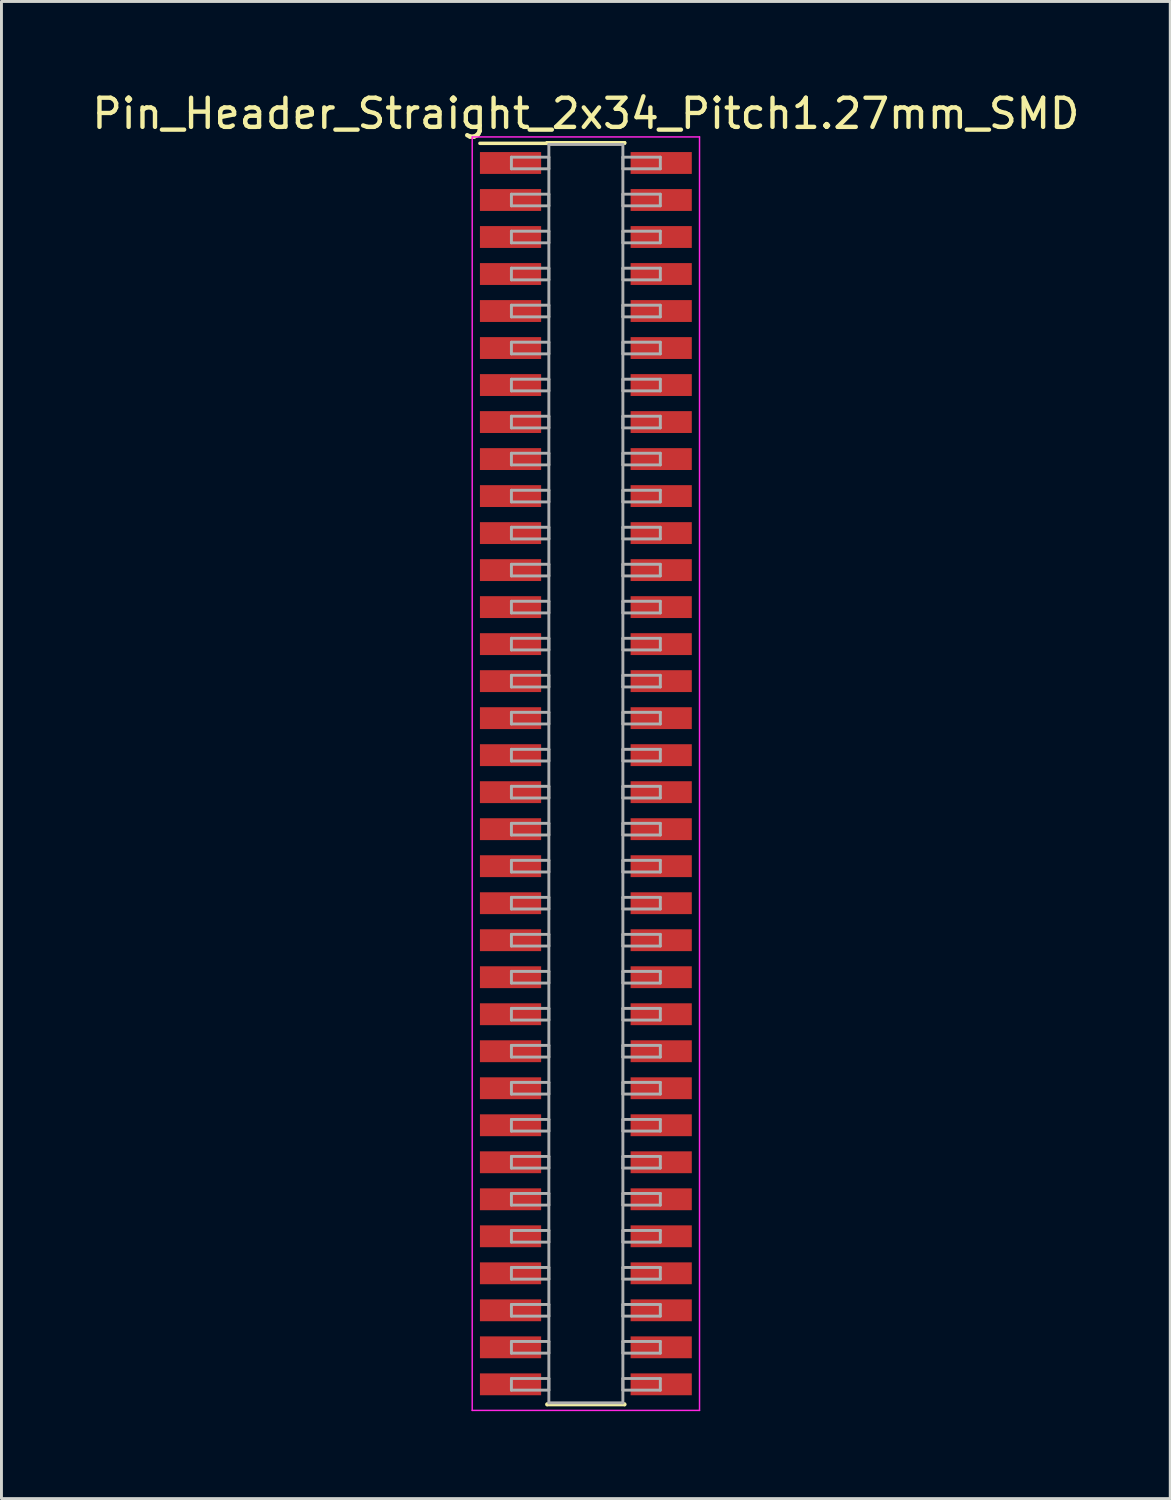
<source format=kicad_pcb>
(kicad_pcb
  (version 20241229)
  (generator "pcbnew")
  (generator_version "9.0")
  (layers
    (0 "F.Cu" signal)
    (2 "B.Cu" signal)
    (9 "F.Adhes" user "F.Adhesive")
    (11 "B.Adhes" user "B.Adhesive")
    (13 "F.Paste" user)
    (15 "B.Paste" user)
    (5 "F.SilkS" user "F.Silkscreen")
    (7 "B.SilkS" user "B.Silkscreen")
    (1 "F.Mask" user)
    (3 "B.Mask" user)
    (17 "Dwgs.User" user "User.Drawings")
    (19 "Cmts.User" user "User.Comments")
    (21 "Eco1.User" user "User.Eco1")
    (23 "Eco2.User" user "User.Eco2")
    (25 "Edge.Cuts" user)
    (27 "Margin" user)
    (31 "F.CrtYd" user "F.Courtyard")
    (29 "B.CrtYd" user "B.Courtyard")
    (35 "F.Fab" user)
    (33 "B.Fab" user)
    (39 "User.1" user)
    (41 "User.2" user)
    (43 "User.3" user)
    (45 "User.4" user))
  (footprint "Pin_Header_Straight_2x34_Pitch1.27mm_SMD"
    (layer "F.Cu")
    (at 17.054 23.498)
    (property "Reference" "Pin_Header_Straight_2x34_Pitch1.27mm_SMD" (at 0 -22.65 0) (layer "F.SilkS") (effects (font (size 1 1) (thickness 0.15))))
    (attr smd)
    (fp_line (start -3.635 -21.63) (end -1.33 -21.63) (stroke (width 0.12) (type solid)) (layer "F.SilkS"))
    (fp_line (start -1.33 -21.65) (end 1.33 -21.65) (stroke (width 0.12) (type solid)) (layer "F.SilkS"))
    (fp_line (start -1.33 -21.63) (end -1.33 -21.65) (stroke (width 0.12) (type solid)) (layer "F.SilkS"))
    (fp_line (start -1.33 21.63) (end -1.33 21.65) (stroke (width 0.12) (type solid)) (layer "F.SilkS"))
    (fp_line (start -1.33 21.65) (end 1.33 21.65) (stroke (width 0.12) (type solid)) (layer "F.SilkS"))
    (fp_line (start 1.33 -21.65) (end 1.33 -21.63) (stroke (width 0.12) (type solid)) (layer "F.SilkS"))
    (fp_line (start 1.33 21.65) (end 1.33 21.63) (stroke (width 0.12) (type solid)) (layer "F.SilkS"))
    (fp_line (start -3.9 -21.85) (end -3.9 21.85) (stroke (width 0.05) (type solid)) (layer "F.CrtYd"))
    (fp_line (start -3.9 21.85) (end 3.9 21.85) (stroke (width 0.05) (type solid)) (layer "F.CrtYd"))
    (fp_line (start 3.9 -21.85) (end -3.9 -21.85) (stroke (width 0.05) (type solid)) (layer "F.CrtYd"))
    (fp_line (start 3.9 21.85) (end 3.9 -21.85) (stroke (width 0.05) (type solid)) (layer "F.CrtYd"))
    (fp_line (start -2.555 -21.155) (end -1.27 -21.155) (stroke (width 0.1) (type solid)) (layer "F.Fab"))
    (fp_line (start -2.555 -20.755) (end -2.555 -21.155) (stroke (width 0.1) (type solid)) (layer "F.Fab"))
    (fp_line (start -2.555 -19.885) (end -1.27 -19.885) (stroke (width 0.1) (type solid)) (layer "F.Fab"))
    (fp_line (start -2.555 -19.485) (end -2.555 -19.885) (stroke (width 0.1) (type solid)) (layer "F.Fab"))
    (fp_line (start -2.555 -18.615) (end -1.27 -18.615) (stroke (width 0.1) (type solid)) (layer "F.Fab"))
    (fp_line (start -2.555 -18.215) (end -2.555 -18.615) (stroke (width 0.1) (type solid)) (layer "F.Fab"))
    (fp_line (start -2.555 -17.345) (end -1.27 -17.345) (stroke (width 0.1) (type solid)) (layer "F.Fab"))
    (fp_line (start -2.555 -16.945) (end -2.555 -17.345) (stroke (width 0.1) (type solid)) (layer "F.Fab"))
    (fp_line (start -2.555 -16.075) (end -1.27 -16.075) (stroke (width 0.1) (type solid)) (layer "F.Fab"))
    (fp_line (start -2.555 -15.675) (end -2.555 -16.075) (stroke (width 0.1) (type solid)) (layer "F.Fab"))
    (fp_line (start -2.555 -14.805) (end -1.27 -14.805) (stroke (width 0.1) (type solid)) (layer "F.Fab"))
    (fp_line (start -2.555 -14.405) (end -2.555 -14.805) (stroke (width 0.1) (type solid)) (layer "F.Fab"))
    (fp_line (start -2.555 -13.535) (end -1.27 -13.535) (stroke (width 0.1) (type solid)) (layer "F.Fab"))
    (fp_line (start -2.555 -13.135) (end -2.555 -13.535) (stroke (width 0.1) (type solid)) (layer "F.Fab"))
    (fp_line (start -2.555 -12.265) (end -1.27 -12.265) (stroke (width 0.1) (type solid)) (layer "F.Fab"))
    (fp_line (start -2.555 -11.865) (end -2.555 -12.265) (stroke (width 0.1) (type solid)) (layer "F.Fab"))
    (fp_line (start -2.555 -10.995) (end -1.27 -10.995) (stroke (width 0.1) (type solid)) (layer "F.Fab"))
    (fp_line (start -2.555 -10.595) (end -2.555 -10.995) (stroke (width 0.1) (type solid)) (layer "F.Fab"))
    (fp_line (start -2.555 -9.725) (end -1.27 -9.725) (stroke (width 0.1) (type solid)) (layer "F.Fab"))
    (fp_line (start -2.555 -9.325) (end -2.555 -9.725) (stroke (width 0.1) (type solid)) (layer "F.Fab"))
    (fp_line (start -2.555 -8.455) (end -1.27 -8.455) (stroke (width 0.1) (type solid)) (layer "F.Fab"))
    (fp_line (start -2.555 -8.055) (end -2.555 -8.455) (stroke (width 0.1) (type solid)) (layer "F.Fab"))
    (fp_line (start -2.555 -7.185) (end -1.27 -7.185) (stroke (width 0.1) (type solid)) (layer "F.Fab"))
    (fp_line (start -2.555 -6.785) (end -2.555 -7.185) (stroke (width 0.1) (type solid)) (layer "F.Fab"))
    (fp_line (start -2.555 -5.915) (end -1.27 -5.915) (stroke (width 0.1) (type solid)) (layer "F.Fab"))
    (fp_line (start -2.555 -5.515) (end -2.555 -5.915) (stroke (width 0.1) (type solid)) (layer "F.Fab"))
    (fp_line (start -2.555 -4.645) (end -1.27 -4.645) (stroke (width 0.1) (type solid)) (layer "F.Fab"))
    (fp_line (start -2.555 -4.245) (end -2.555 -4.645) (stroke (width 0.1) (type solid)) (layer "F.Fab"))
    (fp_line (start -2.555 -3.375) (end -1.27 -3.375) (stroke (width 0.1) (type solid)) (layer "F.Fab"))
    (fp_line (start -2.555 -2.975) (end -2.555 -3.375) (stroke (width 0.1) (type solid)) (layer "F.Fab"))
    (fp_line (start -2.555 -2.105) (end -1.27 -2.105) (stroke (width 0.1) (type solid)) (layer "F.Fab"))
    (fp_line (start -2.555 -1.705) (end -2.555 -2.105) (stroke (width 0.1) (type solid)) (layer "F.Fab"))
    (fp_line (start -2.555 -0.835) (end -1.27 -0.835) (stroke (width 0.1) (type solid)) (layer "F.Fab"))
    (fp_line (start -2.555 -0.435) (end -2.555 -0.835) (stroke (width 0.1) (type solid)) (layer "F.Fab"))
    (fp_line (start -2.555 0.435) (end -1.27 0.435) (stroke (width 0.1) (type solid)) (layer "F.Fab"))
    (fp_line (start -2.555 0.835) (end -2.555 0.435) (stroke (width 0.1) (type solid)) (layer "F.Fab"))
    (fp_line (start -2.555 1.705) (end -1.27 1.705) (stroke (width 0.1) (type solid)) (layer "F.Fab"))
    (fp_line (start -2.555 2.105) (end -2.555 1.705) (stroke (width 0.1) (type solid)) (layer "F.Fab"))
    (fp_line (start -2.555 2.975) (end -1.27 2.975) (stroke (width 0.1) (type solid)) (layer "F.Fab"))
    (fp_line (start -2.555 3.375) (end -2.555 2.975) (stroke (width 0.1) (type solid)) (layer "F.Fab"))
    (fp_line (start -2.555 4.245) (end -1.27 4.245) (stroke (width 0.1) (type solid)) (layer "F.Fab"))
    (fp_line (start -2.555 4.645) (end -2.555 4.245) (stroke (width 0.1) (type solid)) (layer "F.Fab"))
    (fp_line (start -2.555 5.515) (end -1.27 5.515) (stroke (width 0.1) (type solid)) (layer "F.Fab"))
    (fp_line (start -2.555 5.915) (end -2.555 5.515) (stroke (width 0.1) (type solid)) (layer "F.Fab"))
    (fp_line (start -2.555 6.785) (end -1.27 6.785) (stroke (width 0.1) (type solid)) (layer "F.Fab"))
    (fp_line (start -2.555 7.185) (end -2.555 6.785) (stroke (width 0.1) (type solid)) (layer "F.Fab"))
    (fp_line (start -2.555 8.055) (end -1.27 8.055) (stroke (width 0.1) (type solid)) (layer "F.Fab"))
    (fp_line (start -2.555 8.455) (end -2.555 8.055) (stroke (width 0.1) (type solid)) (layer "F.Fab"))
    (fp_line (start -2.555 9.325) (end -1.27 9.325) (stroke (width 0.1) (type solid)) (layer "F.Fab"))
    (fp_line (start -2.555 9.725) (end -2.555 9.325) (stroke (width 0.1) (type solid)) (layer "F.Fab"))
    (fp_line (start -2.555 10.595) (end -1.27 10.595) (stroke (width 0.1) (type solid)) (layer "F.Fab"))
    (fp_line (start -2.555 10.995) (end -2.555 10.595) (stroke (width 0.1) (type solid)) (layer "F.Fab"))
    (fp_line (start -2.555 11.865) (end -1.27 11.865) (stroke (width 0.1) (type solid)) (layer "F.Fab"))
    (fp_line (start -2.555 12.265) (end -2.555 11.865) (stroke (width 0.1) (type solid)) (layer "F.Fab"))
    (fp_line (start -2.555 13.135) (end -1.27 13.135) (stroke (width 0.1) (type solid)) (layer "F.Fab"))
    (fp_line (start -2.555 13.535) (end -2.555 13.135) (stroke (width 0.1) (type solid)) (layer "F.Fab"))
    (fp_line (start -2.555 14.405) (end -1.27 14.405) (stroke (width 0.1) (type solid)) (layer "F.Fab"))
    (fp_line (start -2.555 14.805) (end -2.555 14.405) (stroke (width 0.1) (type solid)) (layer "F.Fab"))
    (fp_line (start -2.555 15.675) (end -1.27 15.675) (stroke (width 0.1) (type solid)) (layer "F.Fab"))
    (fp_line (start -2.555 16.075) (end -2.555 15.675) (stroke (width 0.1) (type solid)) (layer "F.Fab"))
    (fp_line (start -2.555 16.945) (end -1.27 16.945) (stroke (width 0.1) (type solid)) (layer "F.Fab"))
    (fp_line (start -2.555 17.345) (end -2.555 16.945) (stroke (width 0.1) (type solid)) (layer "F.Fab"))
    (fp_line (start -2.555 18.215) (end -1.27 18.215) (stroke (width 0.1) (type solid)) (layer "F.Fab"))
    (fp_line (start -2.555 18.615) (end -2.555 18.215) (stroke (width 0.1) (type solid)) (layer "F.Fab"))
    (fp_line (start -2.555 19.485) (end -1.27 19.485) (stroke (width 0.1) (type solid)) (layer "F.Fab"))
    (fp_line (start -2.555 19.885) (end -2.555 19.485) (stroke (width 0.1) (type solid)) (layer "F.Fab"))
    (fp_line (start -2.555 20.755) (end -1.27 20.755) (stroke (width 0.1) (type solid)) (layer "F.Fab"))
    (fp_line (start -2.555 21.155) (end -2.555 20.755) (stroke (width 0.1) (type solid)) (layer "F.Fab"))
    (fp_line (start -1.27 -21.59) (end -1.27 21.59) (stroke (width 0.1) (type solid)) (layer "F.Fab"))
    (fp_line (start -1.27 -21.155) (end -1.27 -20.755) (stroke (width 0.1) (type solid)) (layer "F.Fab"))
    (fp_line (start -1.27 -20.755) (end -2.555 -20.755) (stroke (width 0.1) (type solid)) (layer "F.Fab"))
    (fp_line (start -1.27 -19.885) (end -1.27 -19.485) (stroke (width 0.1) (type solid)) (layer "F.Fab"))
    (fp_line (start -1.27 -19.485) (end -2.555 -19.485) (stroke (width 0.1) (type solid)) (layer "F.Fab"))
    (fp_line (start -1.27 -18.615) (end -1.27 -18.215) (stroke (width 0.1) (type solid)) (layer "F.Fab"))
    (fp_line (start -1.27 -18.215) (end -2.555 -18.215) (stroke (width 0.1) (type solid)) (layer "F.Fab"))
    (fp_line (start -1.27 -17.345) (end -1.27 -16.945) (stroke (width 0.1) (type solid)) (layer "F.Fab"))
    (fp_line (start -1.27 -16.945) (end -2.555 -16.945) (stroke (width 0.1) (type solid)) (layer "F.Fab"))
    (fp_line (start -1.27 -16.075) (end -1.27 -15.675) (stroke (width 0.1) (type solid)) (layer "F.Fab"))
    (fp_line (start -1.27 -15.675) (end -2.555 -15.675) (stroke (width 0.1) (type solid)) (layer "F.Fab"))
    (fp_line (start -1.27 -14.805) (end -1.27 -14.405) (stroke (width 0.1) (type solid)) (layer "F.Fab"))
    (fp_line (start -1.27 -14.405) (end -2.555 -14.405) (stroke (width 0.1) (type solid)) (layer "F.Fab"))
    (fp_line (start -1.27 -13.535) (end -1.27 -13.135) (stroke (width 0.1) (type solid)) (layer "F.Fab"))
    (fp_line (start -1.27 -13.135) (end -2.555 -13.135) (stroke (width 0.1) (type solid)) (layer "F.Fab"))
    (fp_line (start -1.27 -12.265) (end -1.27 -11.865) (stroke (width 0.1) (type solid)) (layer "F.Fab"))
    (fp_line (start -1.27 -11.865) (end -2.555 -11.865) (stroke (width 0.1) (type solid)) (layer "F.Fab"))
    (fp_line (start -1.27 -10.995) (end -1.27 -10.595) (stroke (width 0.1) (type solid)) (layer "F.Fab"))
    (fp_line (start -1.27 -10.595) (end -2.555 -10.595) (stroke (width 0.1) (type solid)) (layer "F.Fab"))
    (fp_line (start -1.27 -9.725) (end -1.27 -9.325) (stroke (width 0.1) (type solid)) (layer "F.Fab"))
    (fp_line (start -1.27 -9.325) (end -2.555 -9.325) (stroke (width 0.1) (type solid)) (layer "F.Fab"))
    (fp_line (start -1.27 -8.455) (end -1.27 -8.055) (stroke (width 0.1) (type solid)) (layer "F.Fab"))
    (fp_line (start -1.27 -8.055) (end -2.555 -8.055) (stroke (width 0.1) (type solid)) (layer "F.Fab"))
    (fp_line (start -1.27 -7.185) (end -1.27 -6.785) (stroke (width 0.1) (type solid)) (layer "F.Fab"))
    (fp_line (start -1.27 -6.785) (end -2.555 -6.785) (stroke (width 0.1) (type solid)) (layer "F.Fab"))
    (fp_line (start -1.27 -5.915) (end -1.27 -5.515) (stroke (width 0.1) (type solid)) (layer "F.Fab"))
    (fp_line (start -1.27 -5.515) (end -2.555 -5.515) (stroke (width 0.1) (type solid)) (layer "F.Fab"))
    (fp_line (start -1.27 -4.645) (end -1.27 -4.245) (stroke (width 0.1) (type solid)) (layer "F.Fab"))
    (fp_line (start -1.27 -4.245) (end -2.555 -4.245) (stroke (width 0.1) (type solid)) (layer "F.Fab"))
    (fp_line (start -1.27 -3.375) (end -1.27 -2.975) (stroke (width 0.1) (type solid)) (layer "F.Fab"))
    (fp_line (start -1.27 -2.975) (end -2.555 -2.975) (stroke (width 0.1) (type solid)) (layer "F.Fab"))
    (fp_line (start -1.27 -2.105) (end -1.27 -1.705) (stroke (width 0.1) (type solid)) (layer "F.Fab"))
    (fp_line (start -1.27 -1.705) (end -2.555 -1.705) (stroke (width 0.1) (type solid)) (layer "F.Fab"))
    (fp_line (start -1.27 -0.835) (end -1.27 -0.435) (stroke (width 0.1) (type solid)) (layer "F.Fab"))
    (fp_line (start -1.27 -0.435) (end -2.555 -0.435) (stroke (width 0.1) (type solid)) (layer "F.Fab"))
    (fp_line (start -1.27 0.435) (end -1.27 0.835) (stroke (width 0.1) (type solid)) (layer "F.Fab"))
    (fp_line (start -1.27 0.835) (end -2.555 0.835) (stroke (width 0.1) (type solid)) (layer "F.Fab"))
    (fp_line (start -1.27 1.705) (end -1.27 2.105) (stroke (width 0.1) (type solid)) (layer "F.Fab"))
    (fp_line (start -1.27 2.105) (end -2.555 2.105) (stroke (width 0.1) (type solid)) (layer "F.Fab"))
    (fp_line (start -1.27 2.975) (end -1.27 3.375) (stroke (width 0.1) (type solid)) (layer "F.Fab"))
    (fp_line (start -1.27 3.375) (end -2.555 3.375) (stroke (width 0.1) (type solid)) (layer "F.Fab"))
    (fp_line (start -1.27 4.245) (end -1.27 4.645) (stroke (width 0.1) (type solid)) (layer "F.Fab"))
    (fp_line (start -1.27 4.645) (end -2.555 4.645) (stroke (width 0.1) (type solid)) (layer "F.Fab"))
    (fp_line (start -1.27 5.515) (end -1.27 5.915) (stroke (width 0.1) (type solid)) (layer "F.Fab"))
    (fp_line (start -1.27 5.915) (end -2.555 5.915) (stroke (width 0.1) (type solid)) (layer "F.Fab"))
    (fp_line (start -1.27 6.785) (end -1.27 7.185) (stroke (width 0.1) (type solid)) (layer "F.Fab"))
    (fp_line (start -1.27 7.185) (end -2.555 7.185) (stroke (width 0.1) (type solid)) (layer "F.Fab"))
    (fp_line (start -1.27 8.055) (end -1.27 8.455) (stroke (width 0.1) (type solid)) (layer "F.Fab"))
    (fp_line (start -1.27 8.455) (end -2.555 8.455) (stroke (width 0.1) (type solid)) (layer "F.Fab"))
    (fp_line (start -1.27 9.325) (end -1.27 9.725) (stroke (width 0.1) (type solid)) (layer "F.Fab"))
    (fp_line (start -1.27 9.725) (end -2.555 9.725) (stroke (width 0.1) (type solid)) (layer "F.Fab"))
    (fp_line (start -1.27 10.595) (end -1.27 10.995) (stroke (width 0.1) (type solid)) (layer "F.Fab"))
    (fp_line (start -1.27 10.995) (end -2.555 10.995) (stroke (width 0.1) (type solid)) (layer "F.Fab"))
    (fp_line (start -1.27 11.865) (end -1.27 12.265) (stroke (width 0.1) (type solid)) (layer "F.Fab"))
    (fp_line (start -1.27 12.265) (end -2.555 12.265) (stroke (width 0.1) (type solid)) (layer "F.Fab"))
    (fp_line (start -1.27 13.135) (end -1.27 13.535) (stroke (width 0.1) (type solid)) (layer "F.Fab"))
    (fp_line (start -1.27 13.535) (end -2.555 13.535) (stroke (width 0.1) (type solid)) (layer "F.Fab"))
    (fp_line (start -1.27 14.405) (end -1.27 14.805) (stroke (width 0.1) (type solid)) (layer "F.Fab"))
    (fp_line (start -1.27 14.805) (end -2.555 14.805) (stroke (width 0.1) (type solid)) (layer "F.Fab"))
    (fp_line (start -1.27 15.675) (end -1.27 16.075) (stroke (width 0.1) (type solid)) (layer "F.Fab"))
    (fp_line (start -1.27 16.075) (end -2.555 16.075) (stroke (width 0.1) (type solid)) (layer "F.Fab"))
    (fp_line (start -1.27 16.945) (end -1.27 17.345) (stroke (width 0.1) (type solid)) (layer "F.Fab"))
    (fp_line (start -1.27 17.345) (end -2.555 17.345) (stroke (width 0.1) (type solid)) (layer "F.Fab"))
    (fp_line (start -1.27 18.215) (end -1.27 18.615) (stroke (width 0.1) (type solid)) (layer "F.Fab"))
    (fp_line (start -1.27 18.615) (end -2.555 18.615) (stroke (width 0.1) (type solid)) (layer "F.Fab"))
    (fp_line (start -1.27 19.485) (end -1.27 19.885) (stroke (width 0.1) (type solid)) (layer "F.Fab"))
    (fp_line (start -1.27 19.885) (end -2.555 19.885) (stroke (width 0.1) (type solid)) (layer "F.Fab"))
    (fp_line (start -1.27 20.755) (end -1.27 21.155) (stroke (width 0.1) (type solid)) (layer "F.Fab"))
    (fp_line (start -1.27 21.155) (end -2.555 21.155) (stroke (width 0.1) (type solid)) (layer "F.Fab"))
    (fp_line (start -1.27 21.59) (end 1.27 21.59) (stroke (width 0.1) (type solid)) (layer "F.Fab"))
    (fp_line (start 1.27 -21.59) (end -1.27 -21.59) (stroke (width 0.1) (type solid)) (layer "F.Fab"))
    (fp_line (start 1.27 -21.155) (end 1.27 -20.755) (stroke (width 0.1) (type solid)) (layer "F.Fab"))
    (fp_line (start 1.27 -20.755) (end 2.555 -20.755) (stroke (width 0.1) (type solid)) (layer "F.Fab"))
    (fp_line (start 1.27 -19.885) (end 1.27 -19.485) (stroke (width 0.1) (type solid)) (layer "F.Fab"))
    (fp_line (start 1.27 -19.485) (end 2.555 -19.485) (stroke (width 0.1) (type solid)) (layer "F.Fab"))
    (fp_line (start 1.27 -18.615) (end 1.27 -18.215) (stroke (width 0.1) (type solid)) (layer "F.Fab"))
    (fp_line (start 1.27 -18.215) (end 2.555 -18.215) (stroke (width 0.1) (type solid)) (layer "F.Fab"))
    (fp_line (start 1.27 -17.345) (end 1.27 -16.945) (stroke (width 0.1) (type solid)) (layer "F.Fab"))
    (fp_line (start 1.27 -16.945) (end 2.555 -16.945) (stroke (width 0.1) (type solid)) (layer "F.Fab"))
    (fp_line (start 1.27 -16.075) (end 1.27 -15.675) (stroke (width 0.1) (type solid)) (layer "F.Fab"))
    (fp_line (start 1.27 -15.675) (end 2.555 -15.675) (stroke (width 0.1) (type solid)) (layer "F.Fab"))
    (fp_line (start 1.27 -14.805) (end 1.27 -14.405) (stroke (width 0.1) (type solid)) (layer "F.Fab"))
    (fp_line (start 1.27 -14.405) (end 2.555 -14.405) (stroke (width 0.1) (type solid)) (layer "F.Fab"))
    (fp_line (start 1.27 -13.535) (end 1.27 -13.135) (stroke (width 0.1) (type solid)) (layer "F.Fab"))
    (fp_line (start 1.27 -13.135) (end 2.555 -13.135) (stroke (width 0.1) (type solid)) (layer "F.Fab"))
    (fp_line (start 1.27 -12.265) (end 1.27 -11.865) (stroke (width 0.1) (type solid)) (layer "F.Fab"))
    (fp_line (start 1.27 -11.865) (end 2.555 -11.865) (stroke (width 0.1) (type solid)) (layer "F.Fab"))
    (fp_line (start 1.27 -10.995) (end 1.27 -10.595) (stroke (width 0.1) (type solid)) (layer "F.Fab"))
    (fp_line (start 1.27 -10.595) (end 2.555 -10.595) (stroke (width 0.1) (type solid)) (layer "F.Fab"))
    (fp_line (start 1.27 -9.725) (end 1.27 -9.325) (stroke (width 0.1) (type solid)) (layer "F.Fab"))
    (fp_line (start 1.27 -9.325) (end 2.555 -9.325) (stroke (width 0.1) (type solid)) (layer "F.Fab"))
    (fp_line (start 1.27 -8.455) (end 1.27 -8.055) (stroke (width 0.1) (type solid)) (layer "F.Fab"))
    (fp_line (start 1.27 -8.055) (end 2.555 -8.055) (stroke (width 0.1) (type solid)) (layer "F.Fab"))
    (fp_line (start 1.27 -7.185) (end 1.27 -6.785) (stroke (width 0.1) (type solid)) (layer "F.Fab"))
    (fp_line (start 1.27 -6.785) (end 2.555 -6.785) (stroke (width 0.1) (type solid)) (layer "F.Fab"))
    (fp_line (start 1.27 -5.915) (end 1.27 -5.515) (stroke (width 0.1) (type solid)) (layer "F.Fab"))
    (fp_line (start 1.27 -5.515) (end 2.555 -5.515) (stroke (width 0.1) (type solid)) (layer "F.Fab"))
    (fp_line (start 1.27 -4.645) (end 1.27 -4.245) (stroke (width 0.1) (type solid)) (layer "F.Fab"))
    (fp_line (start 1.27 -4.245) (end 2.555 -4.245) (stroke (width 0.1) (type solid)) (layer "F.Fab"))
    (fp_line (start 1.27 -3.375) (end 1.27 -2.975) (stroke (width 0.1) (type solid)) (layer "F.Fab"))
    (fp_line (start 1.27 -2.975) (end 2.555 -2.975) (stroke (width 0.1) (type solid)) (layer "F.Fab"))
    (fp_line (start 1.27 -2.105) (end 1.27 -1.705) (stroke (width 0.1) (type solid)) (layer "F.Fab"))
    (fp_line (start 1.27 -1.705) (end 2.555 -1.705) (stroke (width 0.1) (type solid)) (layer "F.Fab"))
    (fp_line (start 1.27 -0.835) (end 1.27 -0.435) (stroke (width 0.1) (type solid)) (layer "F.Fab"))
    (fp_line (start 1.27 -0.435) (end 2.555 -0.435) (stroke (width 0.1) (type solid)) (layer "F.Fab"))
    (fp_line (start 1.27 0.435) (end 1.27 0.835) (stroke (width 0.1) (type solid)) (layer "F.Fab"))
    (fp_line (start 1.27 0.835) (end 2.555 0.835) (stroke (width 0.1) (type solid)) (layer "F.Fab"))
    (fp_line (start 1.27 1.705) (end 1.27 2.105) (stroke (width 0.1) (type solid)) (layer "F.Fab"))
    (fp_line (start 1.27 2.105) (end 2.555 2.105) (stroke (width 0.1) (type solid)) (layer "F.Fab"))
    (fp_line (start 1.27 2.975) (end 1.27 3.375) (stroke (width 0.1) (type solid)) (layer "F.Fab"))
    (fp_line (start 1.27 3.375) (end 2.555 3.375) (stroke (width 0.1) (type solid)) (layer "F.Fab"))
    (fp_line (start 1.27 4.245) (end 1.27 4.645) (stroke (width 0.1) (type solid)) (layer "F.Fab"))
    (fp_line (start 1.27 4.645) (end 2.555 4.645) (stroke (width 0.1) (type solid)) (layer "F.Fab"))
    (fp_line (start 1.27 5.515) (end 1.27 5.915) (stroke (width 0.1) (type solid)) (layer "F.Fab"))
    (fp_line (start 1.27 5.915) (end 2.555 5.915) (stroke (width 0.1) (type solid)) (layer "F.Fab"))
    (fp_line (start 1.27 6.785) (end 1.27 7.185) (stroke (width 0.1) (type solid)) (layer "F.Fab"))
    (fp_line (start 1.27 7.185) (end 2.555 7.185) (stroke (width 0.1) (type solid)) (layer "F.Fab"))
    (fp_line (start 1.27 8.055) (end 1.27 8.455) (stroke (width 0.1) (type solid)) (layer "F.Fab"))
    (fp_line (start 1.27 8.455) (end 2.555 8.455) (stroke (width 0.1) (type solid)) (layer "F.Fab"))
    (fp_line (start 1.27 9.325) (end 1.27 9.725) (stroke (width 0.1) (type solid)) (layer "F.Fab"))
    (fp_line (start 1.27 9.725) (end 2.555 9.725) (stroke (width 0.1) (type solid)) (layer "F.Fab"))
    (fp_line (start 1.27 10.595) (end 1.27 10.995) (stroke (width 0.1) (type solid)) (layer "F.Fab"))
    (fp_line (start 1.27 10.995) (end 2.555 10.995) (stroke (width 0.1) (type solid)) (layer "F.Fab"))
    (fp_line (start 1.27 11.865) (end 1.27 12.265) (stroke (width 0.1) (type solid)) (layer "F.Fab"))
    (fp_line (start 1.27 12.265) (end 2.555 12.265) (stroke (width 0.1) (type solid)) (layer "F.Fab"))
    (fp_line (start 1.27 13.135) (end 1.27 13.535) (stroke (width 0.1) (type solid)) (layer "F.Fab"))
    (fp_line (start 1.27 13.535) (end 2.555 13.535) (stroke (width 0.1) (type solid)) (layer "F.Fab"))
    (fp_line (start 1.27 14.405) (end 1.27 14.805) (stroke (width 0.1) (type solid)) (layer "F.Fab"))
    (fp_line (start 1.27 14.805) (end 2.555 14.805) (stroke (width 0.1) (type solid)) (layer "F.Fab"))
    (fp_line (start 1.27 15.675) (end 1.27 16.075) (stroke (width 0.1) (type solid)) (layer "F.Fab"))
    (fp_line (start 1.27 16.075) (end 2.555 16.075) (stroke (width 0.1) (type solid)) (layer "F.Fab"))
    (fp_line (start 1.27 16.945) (end 1.27 17.345) (stroke (width 0.1) (type solid)) (layer "F.Fab"))
    (fp_line (start 1.27 17.345) (end 2.555 17.345) (stroke (width 0.1) (type solid)) (layer "F.Fab"))
    (fp_line (start 1.27 18.215) (end 1.27 18.615) (stroke (width 0.1) (type solid)) (layer "F.Fab"))
    (fp_line (start 1.27 18.615) (end 2.555 18.615) (stroke (width 0.1) (type solid)) (layer "F.Fab"))
    (fp_line (start 1.27 19.485) (end 1.27 19.885) (stroke (width 0.1) (type solid)) (layer "F.Fab"))
    (fp_line (start 1.27 19.885) (end 2.555 19.885) (stroke (width 0.1) (type solid)) (layer "F.Fab"))
    (fp_line (start 1.27 20.755) (end 1.27 21.155) (stroke (width 0.1) (type solid)) (layer "F.Fab"))
    (fp_line (start 1.27 21.155) (end 2.555 21.155) (stroke (width 0.1) (type solid)) (layer "F.Fab"))
    (fp_line (start 1.27 21.59) (end 1.27 -21.59) (stroke (width 0.1) (type solid)) (layer "F.Fab"))
    (fp_line (start 2.555 -21.155) (end 1.27 -21.155) (stroke (width 0.1) (type solid)) (layer "F.Fab"))
    (fp_line (start 2.555 -20.755) (end 2.555 -21.155) (stroke (width 0.1) (type solid)) (layer "F.Fab"))
    (fp_line (start 2.555 -19.885) (end 1.27 -19.885) (stroke (width 0.1) (type solid)) (layer "F.Fab"))
    (fp_line (start 2.555 -19.485) (end 2.555 -19.885) (stroke (width 0.1) (type solid)) (layer "F.Fab"))
    (fp_line (start 2.555 -18.615) (end 1.27 -18.615) (stroke (width 0.1) (type solid)) (layer "F.Fab"))
    (fp_line (start 2.555 -18.215) (end 2.555 -18.615) (stroke (width 0.1) (type solid)) (layer "F.Fab"))
    (fp_line (start 2.555 -17.345) (end 1.27 -17.345) (stroke (width 0.1) (type solid)) (layer "F.Fab"))
    (fp_line (start 2.555 -16.945) (end 2.555 -17.345) (stroke (width 0.1) (type solid)) (layer "F.Fab"))
    (fp_line (start 2.555 -16.075) (end 1.27 -16.075) (stroke (width 0.1) (type solid)) (layer "F.Fab"))
    (fp_line (start 2.555 -15.675) (end 2.555 -16.075) (stroke (width 0.1) (type solid)) (layer "F.Fab"))
    (fp_line (start 2.555 -14.805) (end 1.27 -14.805) (stroke (width 0.1) (type solid)) (layer "F.Fab"))
    (fp_line (start 2.555 -14.405) (end 2.555 -14.805) (stroke (width 0.1) (type solid)) (layer "F.Fab"))
    (fp_line (start 2.555 -13.535) (end 1.27 -13.535) (stroke (width 0.1) (type solid)) (layer "F.Fab"))
    (fp_line (start 2.555 -13.135) (end 2.555 -13.535) (stroke (width 0.1) (type solid)) (layer "F.Fab"))
    (fp_line (start 2.555 -12.265) (end 1.27 -12.265) (stroke (width 0.1) (type solid)) (layer "F.Fab"))
    (fp_line (start 2.555 -11.865) (end 2.555 -12.265) (stroke (width 0.1) (type solid)) (layer "F.Fab"))
    (fp_line (start 2.555 -10.995) (end 1.27 -10.995) (stroke (width 0.1) (type solid)) (layer "F.Fab"))
    (fp_line (start 2.555 -10.595) (end 2.555 -10.995) (stroke (width 0.1) (type solid)) (layer "F.Fab"))
    (fp_line (start 2.555 -9.725) (end 1.27 -9.725) (stroke (width 0.1) (type solid)) (layer "F.Fab"))
    (fp_line (start 2.555 -9.325) (end 2.555 -9.725) (stroke (width 0.1) (type solid)) (layer "F.Fab"))
    (fp_line (start 2.555 -8.455) (end 1.27 -8.455) (stroke (width 0.1) (type solid)) (layer "F.Fab"))
    (fp_line (start 2.555 -8.055) (end 2.555 -8.455) (stroke (width 0.1) (type solid)) (layer "F.Fab"))
    (fp_line (start 2.555 -7.185) (end 1.27 -7.185) (stroke (width 0.1) (type solid)) (layer "F.Fab"))
    (fp_line (start 2.555 -6.785) (end 2.555 -7.185) (stroke (width 0.1) (type solid)) (layer "F.Fab"))
    (fp_line (start 2.555 -5.915) (end 1.27 -5.915) (stroke (width 0.1) (type solid)) (layer "F.Fab"))
    (fp_line (start 2.555 -5.515) (end 2.555 -5.915) (stroke (width 0.1) (type solid)) (layer "F.Fab"))
    (fp_line (start 2.555 -4.645) (end 1.27 -4.645) (stroke (width 0.1) (type solid)) (layer "F.Fab"))
    (fp_line (start 2.555 -4.245) (end 2.555 -4.645) (stroke (width 0.1) (type solid)) (layer "F.Fab"))
    (fp_line (start 2.555 -3.375) (end 1.27 -3.375) (stroke (width 0.1) (type solid)) (layer "F.Fab"))
    (fp_line (start 2.555 -2.975) (end 2.555 -3.375) (stroke (width 0.1) (type solid)) (layer "F.Fab"))
    (fp_line (start 2.555 -2.105) (end 1.27 -2.105) (stroke (width 0.1) (type solid)) (layer "F.Fab"))
    (fp_line (start 2.555 -1.705) (end 2.555 -2.105) (stroke (width 0.1) (type solid)) (layer "F.Fab"))
    (fp_line (start 2.555 -0.835) (end 1.27 -0.835) (stroke (width 0.1) (type solid)) (layer "F.Fab"))
    (fp_line (start 2.555 -0.435) (end 2.555 -0.835) (stroke (width 0.1) (type solid)) (layer "F.Fab"))
    (fp_line (start 2.555 0.435) (end 1.27 0.435) (stroke (width 0.1) (type solid)) (layer "F.Fab"))
    (fp_line (start 2.555 0.835) (end 2.555 0.435) (stroke (width 0.1) (type solid)) (layer "F.Fab"))
    (fp_line (start 2.555 1.705) (end 1.27 1.705) (stroke (width 0.1) (type solid)) (layer "F.Fab"))
    (fp_line (start 2.555 2.105) (end 2.555 1.705) (stroke (width 0.1) (type solid)) (layer "F.Fab"))
    (fp_line (start 2.555 2.975) (end 1.27 2.975) (stroke (width 0.1) (type solid)) (layer "F.Fab"))
    (fp_line (start 2.555 3.375) (end 2.555 2.975) (stroke (width 0.1) (type solid)) (layer "F.Fab"))
    (fp_line (start 2.555 4.245) (end 1.27 4.245) (stroke (width 0.1) (type solid)) (layer "F.Fab"))
    (fp_line (start 2.555 4.645) (end 2.555 4.245) (stroke (width 0.1) (type solid)) (layer "F.Fab"))
    (fp_line (start 2.555 5.515) (end 1.27 5.515) (stroke (width 0.1) (type solid)) (layer "F.Fab"))
    (fp_line (start 2.555 5.915) (end 2.555 5.515) (stroke (width 0.1) (type solid)) (layer "F.Fab"))
    (fp_line (start 2.555 6.785) (end 1.27 6.785) (stroke (width 0.1) (type solid)) (layer "F.Fab"))
    (fp_line (start 2.555 7.185) (end 2.555 6.785) (stroke (width 0.1) (type solid)) (layer "F.Fab"))
    (fp_line (start 2.555 8.055) (end 1.27 8.055) (stroke (width 0.1) (type solid)) (layer "F.Fab"))
    (fp_line (start 2.555 8.455) (end 2.555 8.055) (stroke (width 0.1) (type solid)) (layer "F.Fab"))
    (fp_line (start 2.555 9.325) (end 1.27 9.325) (stroke (width 0.1) (type solid)) (layer "F.Fab"))
    (fp_line (start 2.555 9.725) (end 2.555 9.325) (stroke (width 0.1) (type solid)) (layer "F.Fab"))
    (fp_line (start 2.555 10.595) (end 1.27 10.595) (stroke (width 0.1) (type solid)) (layer "F.Fab"))
    (fp_line (start 2.555 10.995) (end 2.555 10.595) (stroke (width 0.1) (type solid)) (layer "F.Fab"))
    (fp_line (start 2.555 11.865) (end 1.27 11.865) (stroke (width 0.1) (type solid)) (layer "F.Fab"))
    (fp_line (start 2.555 12.265) (end 2.555 11.865) (stroke (width 0.1) (type solid)) (layer "F.Fab"))
    (fp_line (start 2.555 13.135) (end 1.27 13.135) (stroke (width 0.1) (type solid)) (layer "F.Fab"))
    (fp_line (start 2.555 13.535) (end 2.555 13.135) (stroke (width 0.1) (type solid)) (layer "F.Fab"))
    (fp_line (start 2.555 14.405) (end 1.27 14.405) (stroke (width 0.1) (type solid)) (layer "F.Fab"))
    (fp_line (start 2.555 14.805) (end 2.555 14.405) (stroke (width 0.1) (type solid)) (layer "F.Fab"))
    (fp_line (start 2.555 15.675) (end 1.27 15.675) (stroke (width 0.1) (type solid)) (layer "F.Fab"))
    (fp_line (start 2.555 16.075) (end 2.555 15.675) (stroke (width 0.1) (type solid)) (layer "F.Fab"))
    (fp_line (start 2.555 16.945) (end 1.27 16.945) (stroke (width 0.1) (type solid)) (layer "F.Fab"))
    (fp_line (start 2.555 17.345) (end 2.555 16.945) (stroke (width 0.1) (type solid)) (layer "F.Fab"))
    (fp_line (start 2.555 18.215) (end 1.27 18.215) (stroke (width 0.1) (type solid)) (layer "F.Fab"))
    (fp_line (start 2.555 18.615) (end 2.555 18.215) (stroke (width 0.1) (type solid)) (layer "F.Fab"))
    (fp_line (start 2.555 19.485) (end 1.27 19.485) (stroke (width 0.1) (type solid)) (layer "F.Fab"))
    (fp_line (start 2.555 19.885) (end 2.555 19.485) (stroke (width 0.1) (type solid)) (layer "F.Fab"))
    (fp_line (start 2.555 20.755) (end 1.27 20.755) (stroke (width 0.1) (type solid)) (layer "F.Fab"))
    (fp_line (start 2.555 21.155) (end 2.555 20.755) (stroke (width 0.1) (type solid)) (layer "F.Fab"))
    (pad "1" smd rect (at -2.585 -20.955) (size 2.1 0.75) (layers "F.Cu" "F.Mask"))
    (pad "2" smd rect (at 2.585 -20.955) (size 2.1 0.75) (layers "F.Cu" "F.Mask"))
    (pad "3" smd rect (at -2.585 -19.685) (size 2.1 0.75) (layers "F.Cu" "F.Mask"))
    (pad "4" smd rect (at 2.585 -19.685) (size 2.1 0.75) (layers "F.Cu" "F.Mask"))
    (pad "5" smd rect (at -2.585 -18.415) (size 2.1 0.75) (layers "F.Cu" "F.Mask"))
    (pad "6" smd rect (at 2.585 -18.415) (size 2.1 0.75) (layers "F.Cu" "F.Mask"))
    (pad "7" smd rect (at -2.585 -17.145) (size 2.1 0.75) (layers "F.Cu" "F.Mask"))
    (pad "8" smd rect (at 2.585 -17.145) (size 2.1 0.75) (layers "F.Cu" "F.Mask"))
    (pad "9" smd rect (at -2.585 -15.875) (size 2.1 0.75) (layers "F.Cu" "F.Mask"))
    (pad "10" smd rect (at 2.585 -15.875) (size 2.1 0.75) (layers "F.Cu" "F.Mask"))
    (pad "11" smd rect (at -2.585 -14.605) (size 2.1 0.75) (layers "F.Cu" "F.Mask"))
    (pad "12" smd rect (at 2.585 -14.605) (size 2.1 0.75) (layers "F.Cu" "F.Mask"))
    (pad "13" smd rect (at -2.585 -13.335) (size 2.1 0.75) (layers "F.Cu" "F.Mask"))
    (pad "14" smd rect (at 2.585 -13.335) (size 2.1 0.75) (layers "F.Cu" "F.Mask"))
    (pad "15" smd rect (at -2.585 -12.065) (size 2.1 0.75) (layers "F.Cu" "F.Mask"))
    (pad "16" smd rect (at 2.585 -12.065) (size 2.1 0.75) (layers "F.Cu" "F.Mask"))
    (pad "17" smd rect (at -2.585 -10.795) (size 2.1 0.75) (layers "F.Cu" "F.Mask"))
    (pad "18" smd rect (at 2.585 -10.795) (size 2.1 0.75) (layers "F.Cu" "F.Mask"))
    (pad "19" smd rect (at -2.585 -9.525) (size 2.1 0.75) (layers "F.Cu" "F.Mask"))
    (pad "20" smd rect (at 2.585 -9.525) (size 2.1 0.75) (layers "F.Cu" "F.Mask"))
    (pad "21" smd rect (at -2.585 -8.255) (size 2.1 0.75) (layers "F.Cu" "F.Mask"))
    (pad "22" smd rect (at 2.585 -8.255) (size 2.1 0.75) (layers "F.Cu" "F.Mask"))
    (pad "23" smd rect (at -2.585 -6.985) (size 2.1 0.75) (layers "F.Cu" "F.Mask"))
    (pad "24" smd rect (at 2.585 -6.985) (size 2.1 0.75) (layers "F.Cu" "F.Mask"))
    (pad "25" smd rect (at -2.585 -5.715) (size 2.1 0.75) (layers "F.Cu" "F.Mask"))
    (pad "26" smd rect (at 2.585 -5.715) (size 2.1 0.75) (layers "F.Cu" "F.Mask"))
    (pad "27" smd rect (at -2.585 -4.445) (size 2.1 0.75) (layers "F.Cu" "F.Mask"))
    (pad "28" smd rect (at 2.585 -4.445) (size 2.1 0.75) (layers "F.Cu" "F.Mask"))
    (pad "29" smd rect (at -2.585 -3.175) (size 2.1 0.75) (layers "F.Cu" "F.Mask"))
    (pad "30" smd rect (at 2.585 -3.175) (size 2.1 0.75) (layers "F.Cu" "F.Mask"))
    (pad "31" smd rect (at -2.585 -1.905) (size 2.1 0.75) (layers "F.Cu" "F.Mask"))
    (pad "32" smd rect (at 2.585 -1.905) (size 2.1 0.75) (layers "F.Cu" "F.Mask"))
    (pad "33" smd rect (at -2.585 -0.635) (size 2.1 0.75) (layers "F.Cu" "F.Mask"))
    (pad "34" smd rect (at 2.585 -0.635) (size 2.1 0.75) (layers "F.Cu" "F.Mask"))
    (pad "35" smd rect (at -2.585 0.635) (size 2.1 0.75) (layers "F.Cu" "F.Mask"))
    (pad "36" smd rect (at 2.585 0.635) (size 2.1 0.75) (layers "F.Cu" "F.Mask"))
    (pad "37" smd rect (at -2.585 1.905) (size 2.1 0.75) (layers "F.Cu" "F.Mask"))
    (pad "38" smd rect (at 2.585 1.905) (size 2.1 0.75) (layers "F.Cu" "F.Mask"))
    (pad "39" smd rect (at -2.585 3.175) (size 2.1 0.75) (layers "F.Cu" "F.Mask"))
    (pad "40" smd rect (at 2.585 3.175) (size 2.1 0.75) (layers "F.Cu" "F.Mask"))
    (pad "41" smd rect (at -2.585 4.445) (size 2.1 0.75) (layers "F.Cu" "F.Mask"))
    (pad "42" smd rect (at 2.585 4.445) (size 2.1 0.75) (layers "F.Cu" "F.Mask"))
    (pad "43" smd rect (at -2.585 5.715) (size 2.1 0.75) (layers "F.Cu" "F.Mask"))
    (pad "44" smd rect (at 2.585 5.715) (size 2.1 0.75) (layers "F.Cu" "F.Mask"))
    (pad "45" smd rect (at -2.585 6.985) (size 2.1 0.75) (layers "F.Cu" "F.Mask"))
    (pad "46" smd rect (at 2.585 6.985) (size 2.1 0.75) (layers "F.Cu" "F.Mask"))
    (pad "47" smd rect (at -2.585 8.255) (size 2.1 0.75) (layers "F.Cu" "F.Mask"))
    (pad "48" smd rect (at 2.585 8.255) (size 2.1 0.75) (layers "F.Cu" "F.Mask"))
    (pad "49" smd rect (at -2.585 9.525) (size 2.1 0.75) (layers "F.Cu" "F.Mask"))
    (pad "50" smd rect (at 2.585 9.525) (size 2.1 0.75) (layers "F.Cu" "F.Mask"))
    (pad "51" smd rect (at -2.585 10.795) (size 2.1 0.75) (layers "F.Cu" "F.Mask"))
    (pad "52" smd rect (at 2.585 10.795) (size 2.1 0.75) (layers "F.Cu" "F.Mask"))
    (pad "53" smd rect (at -2.585 12.065) (size 2.1 0.75) (layers "F.Cu" "F.Mask"))
    (pad "54" smd rect (at 2.585 12.065) (size 2.1 0.75) (layers "F.Cu" "F.Mask"))
    (pad "55" smd rect (at -2.585 13.335) (size 2.1 0.75) (layers "F.Cu" "F.Mask"))
    (pad "56" smd rect (at 2.585 13.335) (size 2.1 0.75) (layers "F.Cu" "F.Mask"))
    (pad "57" smd rect (at -2.585 14.605) (size 2.1 0.75) (layers "F.Cu" "F.Mask"))
    (pad "58" smd rect (at 2.585 14.605) (size 2.1 0.75) (layers "F.Cu" "F.Mask"))
    (pad "59" smd rect (at -2.585 15.875) (size 2.1 0.75) (layers "F.Cu" "F.Mask"))
    (pad "60" smd rect (at 2.585 15.875) (size 2.1 0.75) (layers "F.Cu" "F.Mask"))
    (pad "61" smd rect (at -2.585 17.145) (size 2.1 0.75) (layers "F.Cu" "F.Mask"))
    (pad "62" smd rect (at 2.585 17.145) (size 2.1 0.75) (layers "F.Cu" "F.Mask"))
    (pad "63" smd rect (at -2.585 18.415) (size 2.1 0.75) (layers "F.Cu" "F.Mask"))
    (pad "64" smd rect (at 2.585 18.415) (size 2.1 0.75) (layers "F.Cu" "F.Mask"))
    (pad "65" smd rect (at -2.585 19.685) (size 2.1 0.75) (layers "F.Cu" "F.Mask"))
    (pad "66" smd rect (at 2.585 19.685) (size 2.1 0.75) (layers "F.Cu" "F.Mask"))
    (pad "67" smd rect (at -2.585 20.955) (size 2.1 0.75) (layers "F.Cu" "F.Mask"))
    (pad "68" smd rect (at 2.585 20.955) (size 2.1 0.75) (layers "F.Cu" "F.Mask")))
  (gr_rect
    (start -3 -3)
    (end 37.107 48.373)
    (stroke (width 0.1) (type default))
    (fill no)
    (layer "Edge.Cuts")))
</source>
